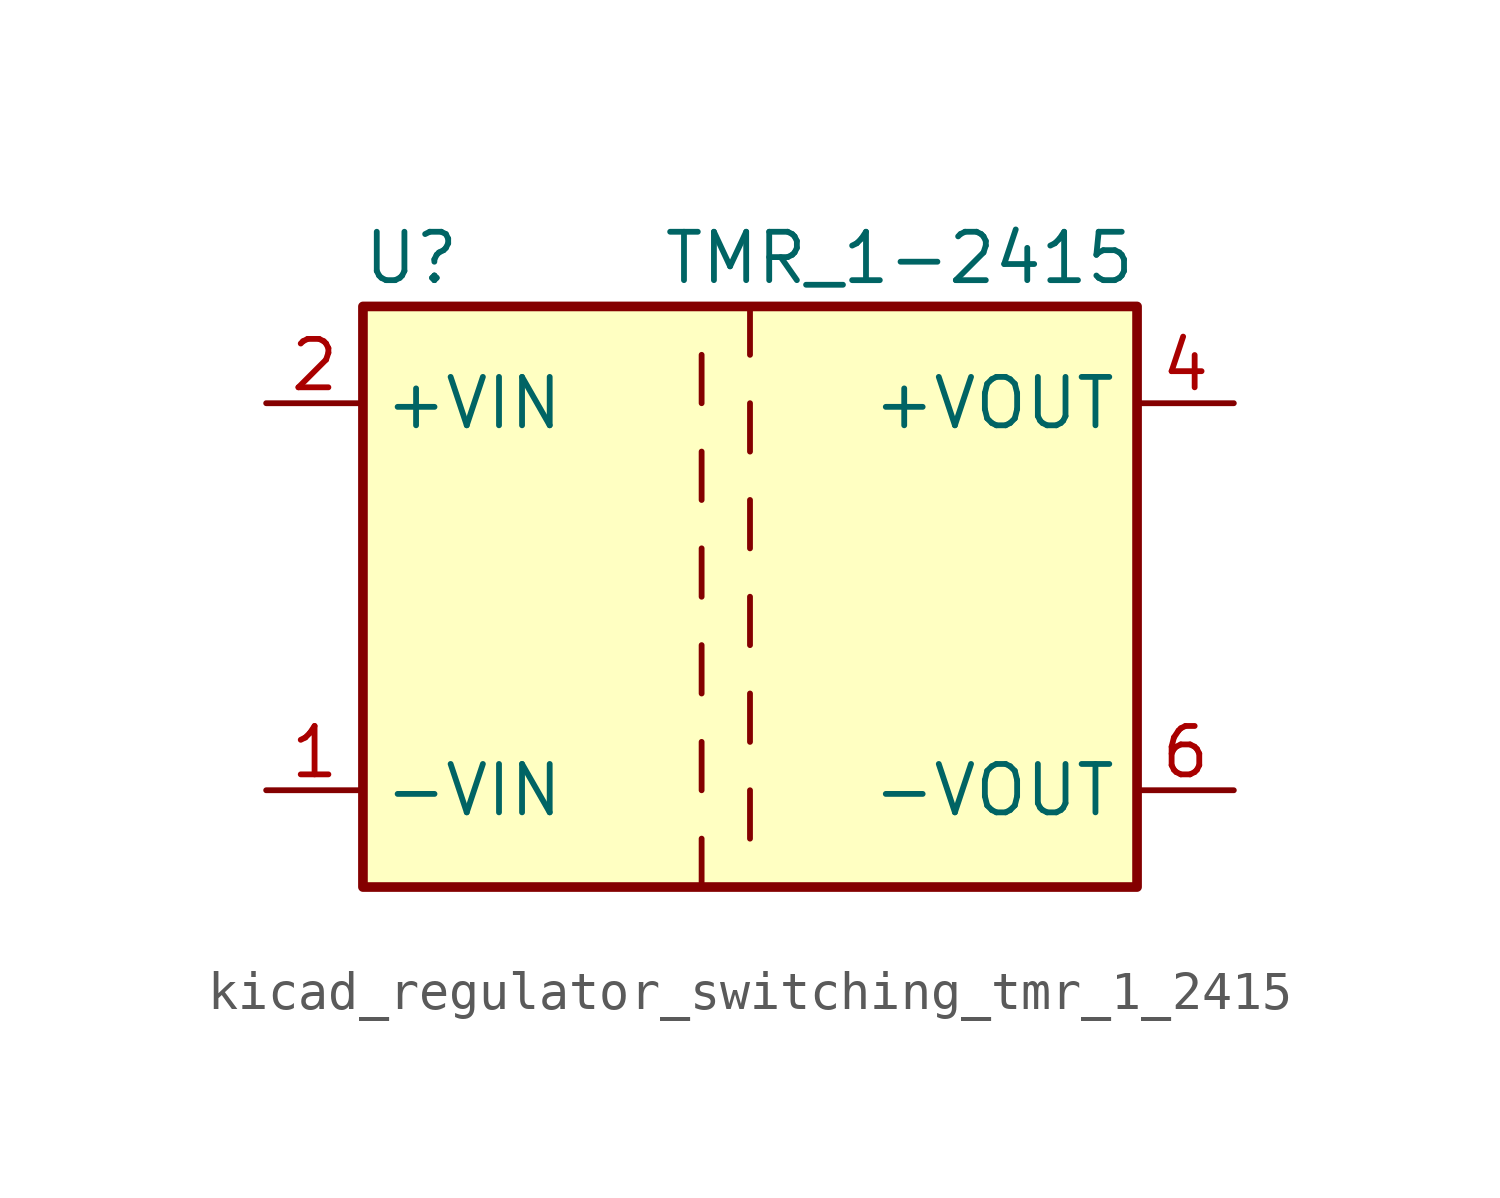
<source format=kicad_sym>
(kicad_symbol_lib
  (version 20220914)
  (generator kicad_symbol_editor)
  (symbol "kicad_regulator_switching_tmr_1_2415"
    (property "Reference" "U"
      (at -8.89 8.89 0)
      (effects (font (size 1.27 1.27))))
    (property "Value" "TMR_1-2415"
      (at 10.16 8.89 0)
      (effects (font (size 1.27 1.27)) (justify right)))
    (symbol "kicad_regulator_switching_tmr_1_2415_0_1"
      (rectangle (start -10.16 7.62) (end 10.16 -7.62) (stroke (width 0.254) (type default)) (fill (type background)))
      (polyline (pts (xy -1.27 -7.62) (xy -1.27 -6.35)) (stroke (width 0) (type default)) (fill (type none)))
      (polyline (pts (xy -1.27 -5.08) (xy -1.27 -3.81)) (stroke (width 0) (type default)) (fill (type none)))
      (polyline (pts (xy -1.27 -2.54) (xy -1.27 -1.27)) (stroke (width 0) (type default)) (fill (type none)))
      (polyline (pts (xy -1.27 0) (xy -1.27 1.27)) (stroke (width 0) (type default)) (fill (type none)))
      (polyline (pts (xy -1.27 2.54) (xy -1.27 3.81)) (stroke (width 0) (type default)) (fill (type none)))
      (polyline (pts (xy -1.27 5.08) (xy -1.27 6.35)) (stroke (width 0) (type default)) (fill (type none)))
      (polyline (pts (xy 0 -5.08) (xy 0 -6.35)) (stroke (width 0) (type default)) (fill (type none)))
      (polyline (pts (xy 0 -2.54) (xy 0 -3.81)) (stroke (width 0) (type default)) (fill (type none)))
      (polyline (pts (xy 0 0) (xy 0 -1.27)) (stroke (width 0) (type default)) (fill (type none)))
      (polyline (pts (xy 0 2.54) (xy 0 1.27)) (stroke (width 0) (type default)) (fill (type none)))
      (polyline (pts (xy 0 5.08) (xy 0 3.81)) (stroke (width 0) (type default)) (fill (type none)))
      (polyline (pts (xy 0 7.62) (xy 0 6.35)) (stroke (width 0) (type default)) (fill (type none))))
    (symbol "kicad_regulator_switching_tmr_1_2415_1_1"
      (pin power_in line (at -12.7 -5.08 0) (length 2.54) (name "-VIN" (effects (font (size 1.27 1.27)))) (number "1" (effects (font (size 1.27 1.27)))))
      (pin power_in line (at -12.7 5.08 0) (length 2.54) (name "+VIN" (effects (font (size 1.27 1.27)))) (number "2" (effects (font (size 1.27 1.27)))))
      (pin power_out line (at 12.7 5.08 180) (length 2.54) (name "+VOUT" (effects (font (size 1.27 1.27)))) (number "4" (effects (font (size 1.27 1.27)))))
      (pin power_out line (at 12.7 -5.08 180) (length 2.54) (name "-VOUT" (effects (font (size 1.27 1.27)))) (number "6" (effects (font (size 1.27 1.27))))))))
</source>
